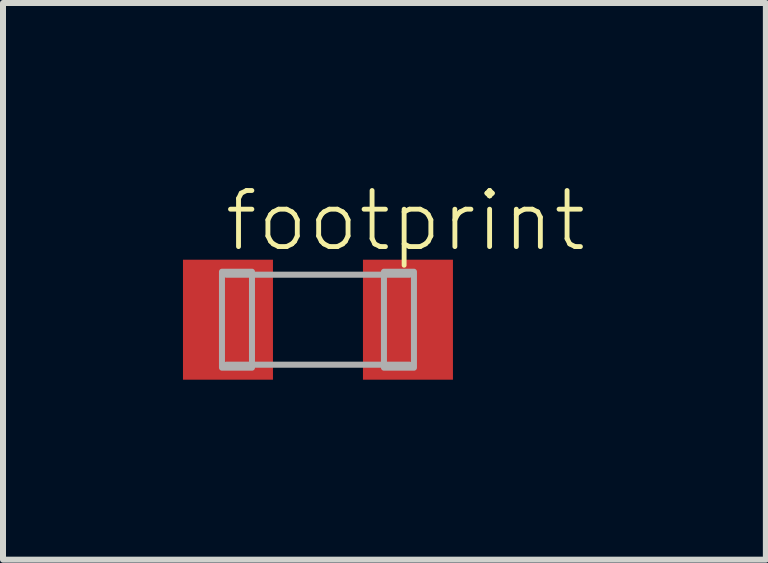
<source format=kicad_pcb>
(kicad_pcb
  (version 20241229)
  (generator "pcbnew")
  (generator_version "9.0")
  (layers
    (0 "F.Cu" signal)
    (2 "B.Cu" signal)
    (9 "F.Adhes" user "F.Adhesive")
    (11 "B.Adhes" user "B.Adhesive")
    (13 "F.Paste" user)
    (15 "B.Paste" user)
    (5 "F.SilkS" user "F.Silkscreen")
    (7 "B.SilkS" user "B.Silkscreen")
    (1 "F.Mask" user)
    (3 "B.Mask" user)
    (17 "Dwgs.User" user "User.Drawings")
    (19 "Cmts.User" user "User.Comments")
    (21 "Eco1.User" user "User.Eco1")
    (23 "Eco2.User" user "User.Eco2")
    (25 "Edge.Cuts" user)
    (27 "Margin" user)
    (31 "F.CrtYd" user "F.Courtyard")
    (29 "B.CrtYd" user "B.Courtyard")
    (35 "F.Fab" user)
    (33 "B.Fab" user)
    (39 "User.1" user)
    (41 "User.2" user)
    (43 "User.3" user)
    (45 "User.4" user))
  (footprint "footprint"
    (layer "F.Cu")
    (at 2.25 2.279)
    (property "Reference" "footprint" (at -1.6 -1.1 0) (layer "F.SilkS") (effects (font (size 0.935 0.935) (thickness 0.081)) (justify left bottom)))
    (fp_line (start -1.525 -0.75) (end 1.525 -0.75) (stroke (width 0.102) (type solid)) (layer "F.Fab"))
    (fp_line (start 1.525 0.75) (end -1.525 0.75) (stroke (width 0.102) (type solid)) (layer "F.Fab"))
    (fp_poly (pts (xy -1.6 0.8) (xy -1.1 0.8) (xy -1.1 -0.8) (xy -1.6 -0.8)) (stroke (width 0.1) (type solid)) (fill no) (layer "F.Fab"))
    (fp_poly (pts (xy 1.1 0.8) (xy 1.6 0.8) (xy 1.6 -0.8) (xy 1.1 -0.8)) (stroke (width 0.1) (type solid)) (fill no) (layer "F.Fab"))
    (pad "1" smd rect (at -1.5 0) (size 1.5 2) (layers "F.Cu" "F.Mask" "F.Paste"))
    (pad "2" smd rect (at 1.5 0) (size 1.5 2) (layers "F.Cu" "F.Mask" "F.Paste")))
  (gr_rect
    (start -3 -3)
    (end 9.716 6.279)
    (stroke (width 0.1) (type default))
    (fill no)
    (layer "Edge.Cuts")))
</source>
